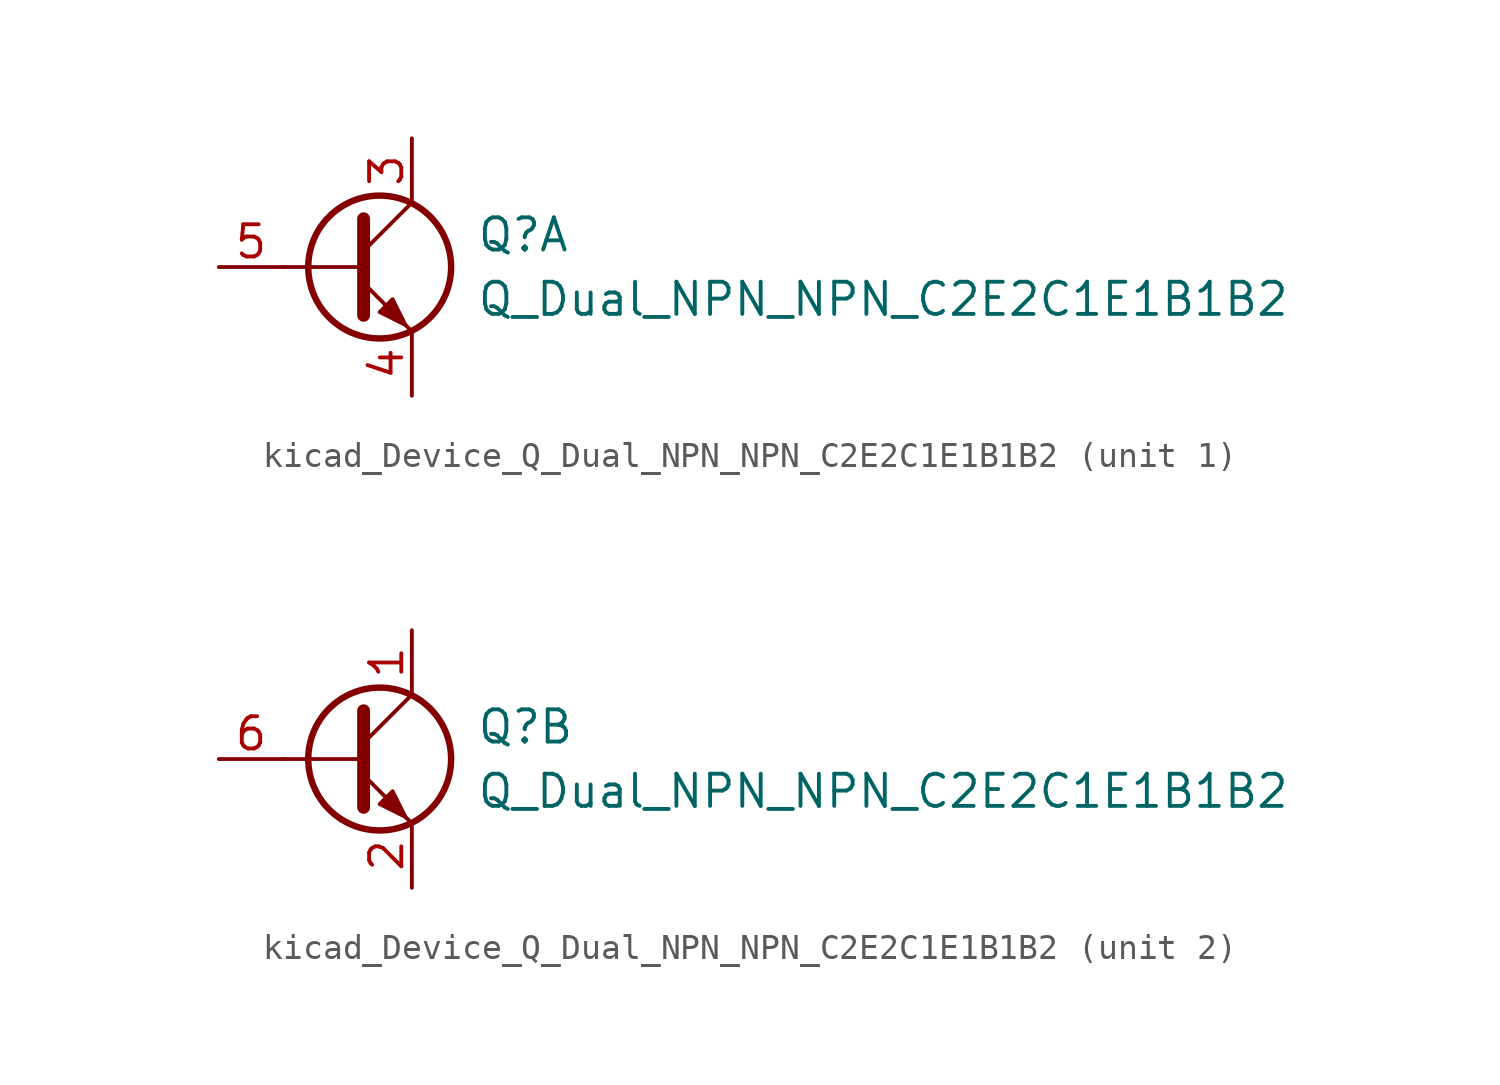
<source format=kicad_sym>
(kicad_symbol_lib
  (version 20220914)
  (generator kicad_symbol_editor)
  (symbol "kicad_Device_Q_Dual_NPN_NPN_C2E2C1E1B1B2"
    (pin_names
      (offset 0) hide)
    (property "Reference" "Q"
      (at 5.08 1.27 0)
      (effects (font (size 1.27 1.27)) (justify left)))
    (property "Value" "Q_Dual_NPN_NPN_C2E2C1E1B1B2"
      (at 5.08 -1.27 0)
      (effects (font (size 1.27 1.27)) (justify left)))
    (property "ki_locked" ""
      (at 0 0 0)
      (effects (font (size 1.27 1.27))))
    (symbol "kicad_Device_Q_Dual_NPN_NPN_C2E2C1E1B1B2_0_1"
      (polyline (pts (xy 0.635 0) (xy -2.54 0)) (stroke (width 0) (type default)) (fill (type none)))
      (polyline (pts (xy 0.635 0.635) (xy 2.54 2.54)) (stroke (width 0) (type default)) (fill (type none)))
      (polyline (pts (xy 0.635 -0.635) (xy 2.54 -2.54) (xy 2.54 -2.54)) (stroke (width 0) (type default)) (fill (type none)))
      (polyline (pts (xy 0.635 1.905) (xy 0.635 -1.905) (xy 0.635 -1.905)) (stroke (width 0.508) (type default)) (fill (type none)))
      (polyline (pts (xy 1.27 -1.778) (xy 1.778 -1.27) (xy 2.286 -2.286) (xy 1.27 -1.778) (xy 1.27 -1.778)) (stroke (width 0) (type default)) (fill (type outline)))
      (circle (center 1.27 0) (radius 2.819) (stroke (width 0.254) (type default)) (fill (type none))))
    (symbol "kicad_Device_Q_Dual_NPN_NPN_C2E2C1E1B1B2_1_1"
      (pin passive line (at 2.54 5.08 270) (length 2.54) (name "C1" (effects (font (size 1.27 1.27)))) (number "3" (effects (font (size 1.27 1.27)))))
      (pin passive line (at 2.54 -5.08 90) (length 2.54) (name "E1" (effects (font (size 1.27 1.27)))) (number "4" (effects (font (size 1.27 1.27)))))
      (pin input line (at -5.08 0 0) (length 2.54) (name "B1" (effects (font (size 1.27 1.27)))) (number "5" (effects (font (size 1.27 1.27))))))
    (symbol "kicad_Device_Q_Dual_NPN_NPN_C2E2C1E1B1B2_2_1"
      (pin passive line (at 2.54 5.08 270) (length 2.54) (name "C2" (effects (font (size 1.27 1.27)))) (number "1" (effects (font (size 1.27 1.27)))))
      (pin passive line (at 2.54 -5.08 90) (length 2.54) (name "E2" (effects (font (size 1.27 1.27)))) (number "2" (effects (font (size 1.27 1.27)))))
      (pin input line (at -5.08 0 0) (length 2.54) (name "B2" (effects (font (size 1.27 1.27)))) (number "6" (effects (font (size 1.27 1.27))))))))
</source>
